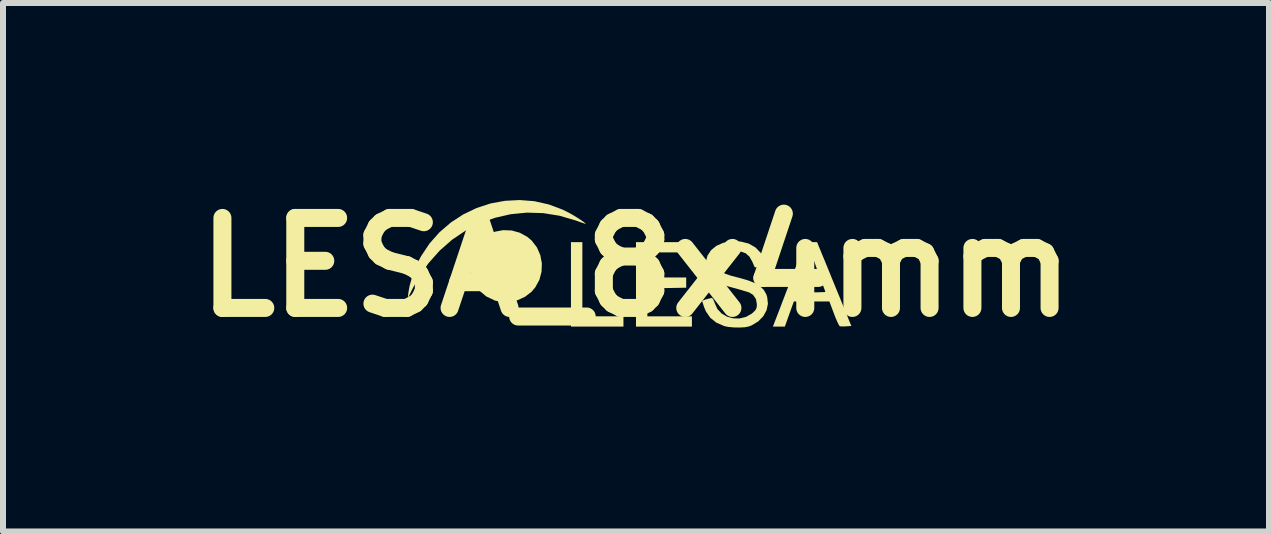
<source format=kicad_pcb>
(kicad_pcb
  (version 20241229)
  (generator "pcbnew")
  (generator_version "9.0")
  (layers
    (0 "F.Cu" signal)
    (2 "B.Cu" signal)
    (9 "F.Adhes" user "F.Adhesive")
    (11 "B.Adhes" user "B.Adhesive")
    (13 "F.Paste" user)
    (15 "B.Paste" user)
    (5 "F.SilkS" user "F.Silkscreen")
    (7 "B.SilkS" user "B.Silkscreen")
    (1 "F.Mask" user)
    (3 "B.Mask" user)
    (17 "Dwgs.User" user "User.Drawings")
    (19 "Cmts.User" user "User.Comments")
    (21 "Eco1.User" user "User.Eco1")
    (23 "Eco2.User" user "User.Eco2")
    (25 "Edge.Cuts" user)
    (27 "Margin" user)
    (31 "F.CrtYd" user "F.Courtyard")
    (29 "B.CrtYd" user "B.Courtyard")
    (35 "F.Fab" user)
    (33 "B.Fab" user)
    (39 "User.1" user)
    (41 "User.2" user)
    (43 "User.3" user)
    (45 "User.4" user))
  (footprint "LESA_8x4mm"
    (layer "F.Cu")
    (at 7.55 1.404)
    (property "Reference" "LESA_8x4mm" (at 0 0 0) (layer "F.SilkS") (effects (font (size 1.5 1.5) (thickness 0.3))))
    (attr board_only exclude_from_pos_files exclude_from_bom)
    (fp_poly (pts (xy -0.894 0.2) (xy -0.894 0.818) (xy -0.551 0.818) (xy -0.209 0.818) (xy -0.209 0.903) (xy -0.209 0.989) (xy -0.646 0.989) (xy -1.084 0.989) (xy -1.084 0.285) (xy -1.084 -0.418) (xy -0.989 -0.418) (xy -0.894 -0.418)) (stroke (width 0) (type solid)) (fill yes) (layer "F.SilkS"))
    (fp_poly (pts (xy 0.894 -0.333) (xy 0.894 -0.247) (xy 0.542 -0.247) (xy 0.19 -0.247) (xy 0.19 -0.038) (xy 0.19 0.171) (xy 0.513 0.171) (xy 0.837 0.171) (xy 0.837 0.256) (xy 0.837 0.341) (xy 0.518 0.347) (xy 0.2 0.352) (xy 0.194 0.585) (xy 0.189 0.818) (xy 0.56 0.818) (xy 0.932 0.818) (xy 0.932 0.903) (xy 0.932 0.989) (xy 0.466 0.989) (xy 0 0.989) (xy 0 0.285) (xy 0 -0.418) (xy 0.447 -0.418) (xy 0.894 -0.418)) (stroke (width 0) (type solid)) (fill yes) (layer "F.SilkS"))
    (fp_poly (pts (xy -2.074 -0.613) (xy -1.939 -0.576) (xy -1.814 -0.508) (xy -1.74 -0.446) (xy -1.652 -0.332) (xy -1.595 -0.203) (xy -1.569 -0.066) (xy -1.574 0.074) (xy -1.61 0.21) (xy -1.678 0.334) (xy -1.74 0.408) (xy -1.849 0.492) (xy -1.975 0.55) (xy -2.111 0.58) (xy -2.247 0.58) (xy -2.352 0.555) (xy -2.494 0.487) (xy -2.608 0.393) (xy -2.694 0.273) (xy -2.75 0.135) (xy -2.77 0.00042) (xy -2.757 -0.138) (xy -2.713 -0.273) (xy -2.641 -0.393) (xy -2.595 -0.446) (xy -2.481 -0.535) (xy -2.352 -0.592) (xy -2.214 -0.618)) (stroke (width 0) (type solid)) (fill yes) (layer "F.SilkS"))
    (fp_poly (pts (xy -1.696 -1.101) (xy -1.454 -1.047) (xy -1.218 -0.958) (xy -1.105 -0.901) (xy -1.042 -0.865) (xy -0.977 -0.825) (xy -0.918 -0.787) (xy -0.87 -0.753) (xy -0.842 -0.73) (xy -0.839 -0.722) (xy -0.86 -0.729) (xy -0.908 -0.745) (xy -0.973 -0.768) (xy -1 -0.778) (xy -1.273 -0.858) (xy -1.547 -0.902) (xy -1.82 -0.91) (xy -2.088 -0.884) (xy -2.35 -0.824) (xy -2.602 -0.733) (xy -2.841 -0.61) (xy -3.066 -0.458) (xy -3.272 -0.277) (xy -3.458 -0.068) (xy -3.62 0.166) (xy -3.727 0.363) (xy -3.805 0.523) (xy -3.793 0.42) (xy -3.772 0.305) (xy -3.734 0.172) (xy -3.684 0.033) (xy -3.626 -0.099) (xy -3.584 -0.181) (xy -3.441 -0.396) (xy -3.273 -0.585) (xy -3.084 -0.747) (xy -2.878 -0.881) (xy -2.657 -0.987) (xy -2.424 -1.063) (xy -2.185 -1.107) (xy -1.941 -1.12)) (stroke (width 0) (type solid)) (fill yes) (layer "F.SilkS"))
    (fp_poly (pts (xy 3.106 -0.204) (xy 3.138 -0.127) (xy 3.181 -0.022) (xy 3.232 0.103) (xy 3.288 0.241) (xy 3.346 0.383) (xy 3.392 0.494) (xy 3.589 0.979) (xy 3.503 0.985) (xy 3.446 0.987) (xy 3.405 0.985) (xy 3.396 0.983) (xy 3.381 0.962) (xy 3.357 0.914) (xy 3.327 0.845) (xy 3.299 0.772) (xy 3.223 0.57) (xy 2.927 0.57) (xy 2.631 0.57) (xy 2.556 0.779) (xy 2.481 0.989) (xy 2.382 0.989) (xy 2.282 0.989) (xy 2.317 0.898) (xy 2.332 0.859) (xy 2.359 0.789) (xy 2.396 0.694) (xy 2.44 0.577) (xy 2.491 0.445) (xy 2.508 0.4) (xy 2.7 0.4) (xy 2.718 0.408) (xy 2.767 0.413) (xy 2.84 0.417) (xy 2.928 0.418) (xy 3.016 0.418) (xy 3.088 0.416) (xy 3.137 0.414) (xy 3.156 0.411) (xy 3.156 0.411) (xy 3.15 0.391) (xy 3.132 0.343) (xy 3.106 0.272) (xy 3.074 0.186) (xy 3.062 0.154) (xy 3.025 0.055) (xy 2.992 -0.037) (xy 2.965 -0.115) (xy 2.948 -0.168) (xy 2.946 -0.175) (xy 2.925 -0.254) (xy 2.833 0.011) (xy 2.799 0.109) (xy 2.768 0.199) (xy 2.742 0.272) (xy 2.725 0.32) (xy 2.721 0.329) (xy 2.706 0.373) (xy 2.7 0.4) (xy 2.508 0.4) (xy 2.546 0.301) (xy 2.587 0.195) (xy 2.821 -0.418) (xy 2.92 -0.418) (xy 3.018 -0.418)) (stroke (width 0) (type solid)) (fill yes) (layer "F.SilkS"))
    (fp_poly (pts (xy 1.747 -0.428) (xy 1.879 -0.394) (xy 1.991 -0.33) (xy 2.078 -0.24) (xy 2.138 -0.126) (xy 2.149 -0.092) (xy 2.158 -0.056) (xy 2.151 -0.035) (xy 2.122 -0.022) (xy 2.063 -0.011) (xy 2.059 -0.01) (xy 1.98 0.003) (xy 1.938 -0.093) (xy 1.889 -0.179) (xy 1.825 -0.234) (xy 1.74 -0.264) (xy 1.646 -0.271) (xy 1.535 -0.259) (xy 1.445 -0.227) (xy 1.381 -0.177) (xy 1.346 -0.112) (xy 1.343 -0.036) (xy 1.35 -0.008) (xy 1.375 0.036) (xy 1.419 0.074) (xy 1.487 0.108) (xy 1.585 0.142) (xy 1.702 0.172) (xy 1.855 0.215) (xy 1.974 0.261) (xy 2.064 0.314) (xy 2.128 0.375) (xy 2.171 0.449) (xy 2.187 0.498) (xy 2.199 0.609) (xy 2.176 0.717) (xy 2.122 0.816) (xy 2.04 0.901) (xy 1.933 0.966) (xy 1.884 0.986) (xy 1.815 1) (xy 1.724 1.005) (xy 1.624 1.003) (xy 1.531 0.994) (xy 1.47 0.98) (xy 1.34 0.924) (xy 1.239 0.843) (xy 1.165 0.736) (xy 1.133 0.659) (xy 1.116 0.606) (xy 1.105 0.57) (xy 1.103 0.561) (xy 1.119 0.552) (xy 1.158 0.538) (xy 1.206 0.525) (xy 1.249 0.515) (xy 1.267 0.513) (xy 1.284 0.53) (xy 1.303 0.572) (xy 1.313 0.601) (xy 1.357 0.697) (xy 1.428 0.772) (xy 1.518 0.824) (xy 1.62 0.852) (xy 1.727 0.854) (xy 1.833 0.828) (xy 1.93 0.773) (xy 1.949 0.757) (xy 1.992 0.714) (xy 2.011 0.671) (xy 2.015 0.618) (xy 1.999 0.53) (xy 1.952 0.461) (xy 1.888 0.421) (xy 1.848 0.408) (xy 1.782 0.388) (xy 1.698 0.364) (xy 1.619 0.342) (xy 1.528 0.317) (xy 1.446 0.292) (xy 1.383 0.27) (xy 1.351 0.257) (xy 1.285 0.209) (xy 1.225 0.142) (xy 1.181 0.07) (xy 1.168 0.028) (xy 1.163 -0.09) (xy 1.192 -0.195) (xy 1.252 -0.285) (xy 1.34 -0.357) (xy 1.454 -0.407) (xy 1.59 -0.432) (xy 1.598 -0.433)) (stroke (width 0) (type solid)) (fill yes) (layer "F.SilkS")))
  (gr_rect
    (start -3 -3)
    (end 18.1 5.808)
    (stroke (width 0.1) (type default))
    (fill no)
    (layer "Edge.Cuts")))
</source>
